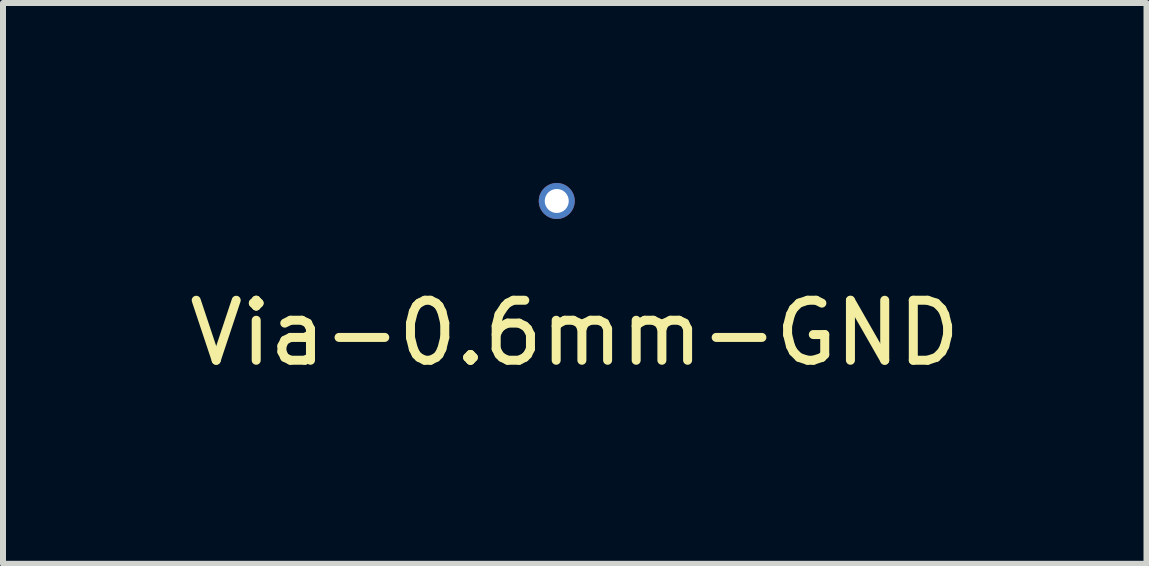
<source format=kicad_pcb>
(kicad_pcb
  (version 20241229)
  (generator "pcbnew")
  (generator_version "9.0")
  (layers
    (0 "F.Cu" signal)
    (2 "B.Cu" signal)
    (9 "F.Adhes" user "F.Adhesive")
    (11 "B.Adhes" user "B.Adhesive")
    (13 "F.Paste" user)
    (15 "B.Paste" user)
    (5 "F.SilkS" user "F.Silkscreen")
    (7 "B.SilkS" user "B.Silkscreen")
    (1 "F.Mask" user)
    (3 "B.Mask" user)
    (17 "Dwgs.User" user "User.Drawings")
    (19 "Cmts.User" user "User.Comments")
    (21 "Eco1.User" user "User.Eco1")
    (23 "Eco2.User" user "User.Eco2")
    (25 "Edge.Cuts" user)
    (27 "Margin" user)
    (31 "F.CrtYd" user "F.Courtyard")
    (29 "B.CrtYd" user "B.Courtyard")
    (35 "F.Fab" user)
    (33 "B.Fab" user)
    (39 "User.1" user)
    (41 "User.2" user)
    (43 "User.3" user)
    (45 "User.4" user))
  (footprint "Via-0.6mm-GND"
    (layer "F.Cu")
    (at 6.23 0.3)
    (property "Reference" "Via-0.6mm-GND" (at 0.3 2.2 0) (layer "F.SilkS") (effects (font (size 1 1) (thickness 0.15))))
    (attr through_hole)
    (pad "1" thru_hole circle (at 0 0) (size 0.6 0.6) (drill 0.4) (layers "*.Cu")))
  (gr_rect
    (start -3 -3)
    (end 16.06 6.348)
    (stroke (width 0.1) (type default))
    (fill no)
    (layer "Edge.Cuts")))
</source>
